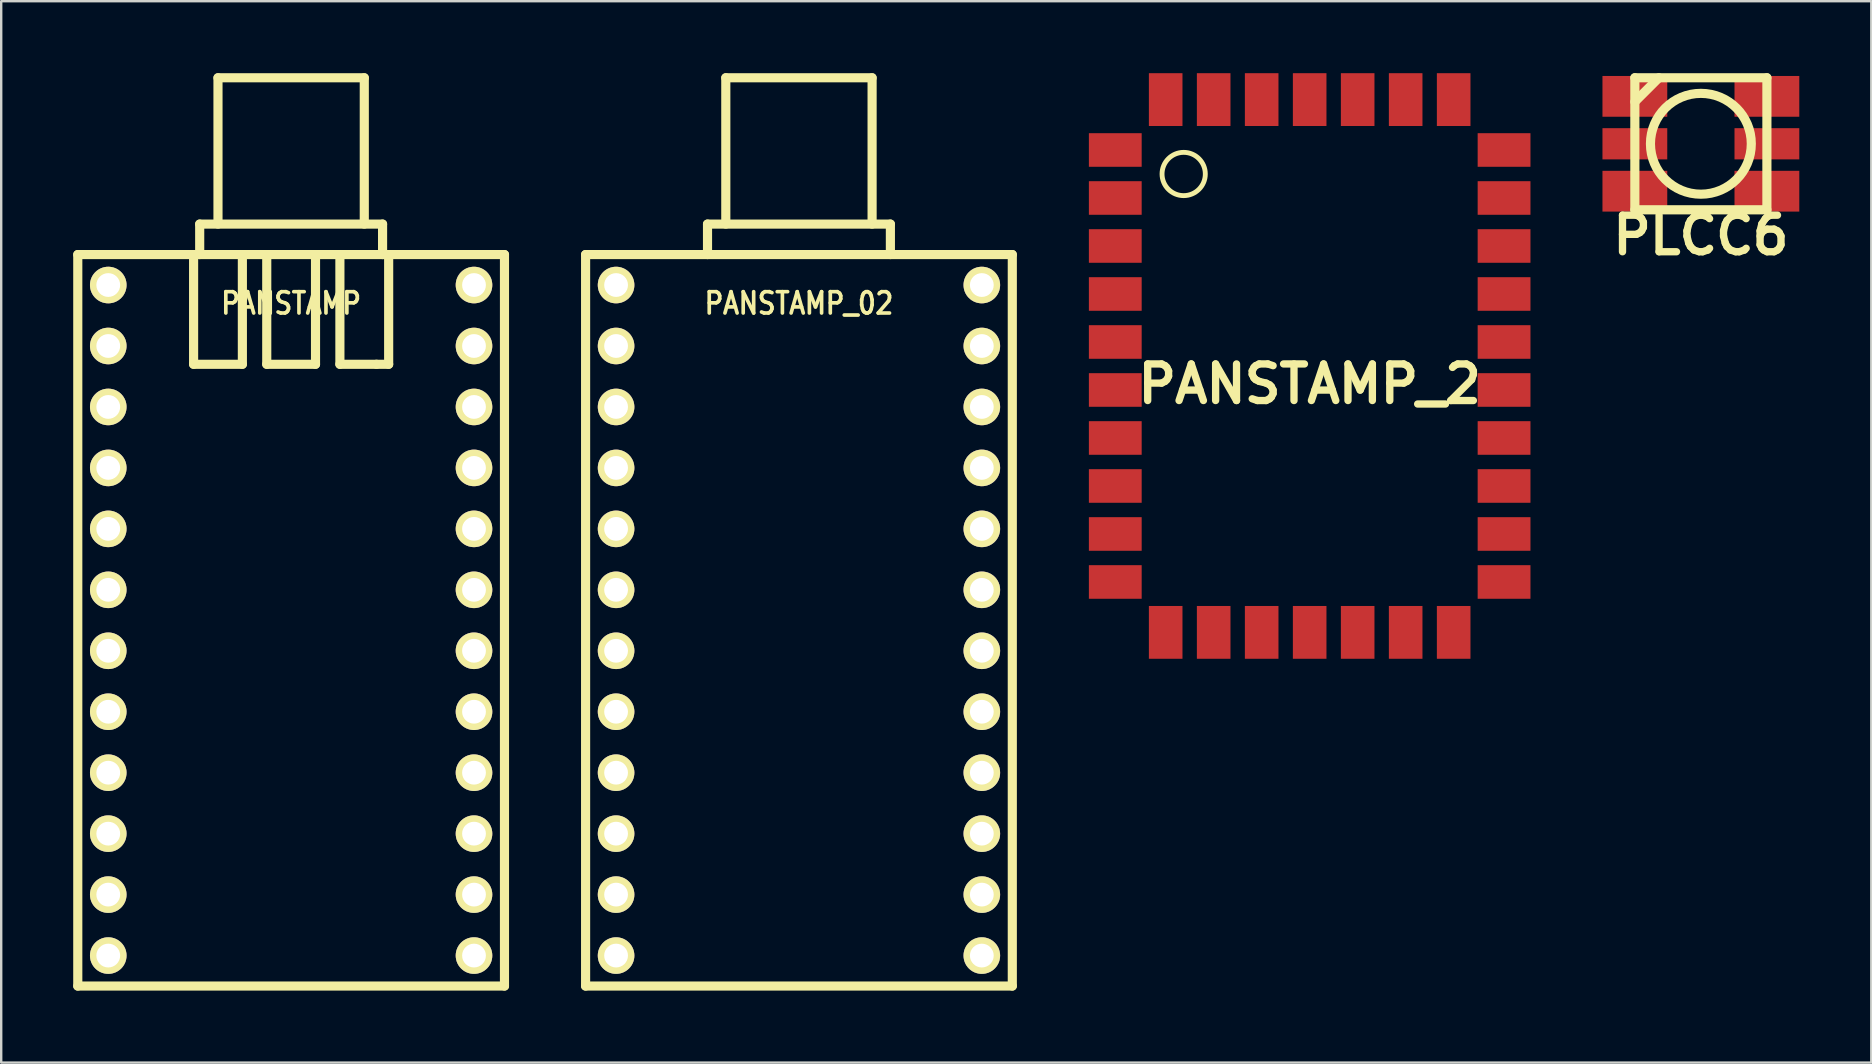
<source format=kicad_pcb>
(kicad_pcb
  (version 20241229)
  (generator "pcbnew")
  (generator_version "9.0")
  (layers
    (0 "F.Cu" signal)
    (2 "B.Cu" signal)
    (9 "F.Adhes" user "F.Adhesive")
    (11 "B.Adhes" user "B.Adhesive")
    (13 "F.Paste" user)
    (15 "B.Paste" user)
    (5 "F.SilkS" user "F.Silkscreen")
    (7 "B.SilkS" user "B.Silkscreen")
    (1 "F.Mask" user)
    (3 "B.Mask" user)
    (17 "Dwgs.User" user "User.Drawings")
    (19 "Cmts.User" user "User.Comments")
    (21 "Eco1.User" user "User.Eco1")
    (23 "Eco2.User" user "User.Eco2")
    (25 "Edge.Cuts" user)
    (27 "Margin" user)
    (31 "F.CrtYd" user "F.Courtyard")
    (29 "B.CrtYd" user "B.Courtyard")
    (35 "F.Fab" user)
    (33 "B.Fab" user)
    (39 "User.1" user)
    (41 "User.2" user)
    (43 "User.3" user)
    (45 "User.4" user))
  (footprint "PANSTAMP"
    (layer "F.Cu")
    (at 9.081 22.797)
    (property "Reference" "PANSTAMP" (at 0 -13.208 0) (layer "F.SilkS") (effects (font (size 0.889 0.762) (thickness 0.152))))
    (attr through_hole)
    (fp_line (start -8.89 -15.24) (end -8.89 15.24) (stroke (width 0.381) (type solid)) (layer "F.SilkS"))
    (fp_line (start -8.89 15.24) (end 8.89 15.24) (stroke (width 0.381) (type solid)) (layer "F.SilkS"))
    (fp_line (start -4.064 -10.668) (end -4.064 -15.24) (stroke (width 0.381) (type solid)) (layer "F.SilkS"))
    (fp_line (start -3.81 -16.51) (end -3.81 -15.24) (stroke (width 0.381) (type solid)) (layer "F.SilkS"))
    (fp_line (start -3.048 -22.606) (end -3.048 -16.51) (stroke (width 0.381) (type solid)) (layer "F.SilkS"))
    (fp_line (start -2.032 -15.24) (end -2.032 -10.668) (stroke (width 0.381) (type solid)) (layer "F.SilkS"))
    (fp_line (start -2.032 -10.668) (end -4.064 -10.668) (stroke (width 0.381) (type solid)) (layer "F.SilkS"))
    (fp_line (start -1.016 -15.24) (end -1.016 -10.668) (stroke (width 0.381) (type solid)) (layer "F.SilkS"))
    (fp_line (start -1.016 -10.668) (end 1.016 -10.668) (stroke (width 0.381) (type solid)) (layer "F.SilkS"))
    (fp_line (start 1.016 -10.668) (end 1.016 -15.24) (stroke (width 0.381) (type solid)) (layer "F.SilkS"))
    (fp_line (start 2.032 -15.24) (end 2.032 -10.668) (stroke (width 0.381) (type solid)) (layer "F.SilkS"))
    (fp_line (start 2.032 -10.668) (end 3.556 -10.668) (stroke (width 0.381) (type solid)) (layer "F.SilkS"))
    (fp_line (start 3.048 -22.606) (end -3.048 -22.606) (stroke (width 0.381) (type solid)) (layer "F.SilkS"))
    (fp_line (start 3.048 -16.51) (end 3.048 -22.606) (stroke (width 0.381) (type solid)) (layer "F.SilkS"))
    (fp_line (start 3.556 -10.668) (end 4.064 -10.668) (stroke (width 0.381) (type solid)) (layer "F.SilkS"))
    (fp_line (start 3.81 -16.51) (end -3.81 -16.51) (stroke (width 0.381) (type solid)) (layer "F.SilkS"))
    (fp_line (start 3.81 -15.24) (end 3.81 -16.51) (stroke (width 0.381) (type solid)) (layer "F.SilkS"))
    (fp_line (start 4.064 -10.668) (end 4.064 -15.24) (stroke (width 0.381) (type solid)) (layer "F.SilkS"))
    (fp_line (start 8.89 -15.24) (end -8.89 -15.24) (stroke (width 0.381) (type solid)) (layer "F.SilkS"))
    (fp_line (start 8.89 15.24) (end 8.89 -15.24) (stroke (width 0.381) (type solid)) (layer "F.SilkS"))
    (pad "1" thru_hole circle (at -7.62 -13.97) (size 1.524 1.524) (drill 0.991) (layers "*.Cu" "*.Mask" "F.SilkS"))
    (pad "2" thru_hole circle (at -7.62 -11.43) (size 1.524 1.524) (drill 0.991) (layers "*.Cu" "*.Mask" "F.SilkS"))
    (pad "3" thru_hole circle (at -7.62 -8.89) (size 1.524 1.524) (drill 0.991) (layers "*.Cu" "*.Mask" "F.SilkS"))
    (pad "4" thru_hole circle (at -7.62 -6.35) (size 1.524 1.524) (drill 0.991) (layers "*.Cu" "*.Mask" "F.SilkS"))
    (pad "5" thru_hole circle (at -7.62 -3.81) (size 1.524 1.524) (drill 0.991) (layers "*.Cu" "*.Mask" "F.SilkS"))
    (pad "6" thru_hole circle (at -7.62 -1.27) (size 1.524 1.524) (drill 0.991) (layers "*.Cu" "*.Mask" "F.SilkS"))
    (pad "7" thru_hole circle (at -7.62 1.27) (size 1.524 1.524) (drill 0.991) (layers "*.Cu" "*.Mask" "F.SilkS"))
    (pad "8" thru_hole circle (at -7.62 3.81) (size 1.524 1.524) (drill 0.991) (layers "*.Cu" "*.Mask" "F.SilkS"))
    (pad "9" thru_hole circle (at -7.62 6.35) (size 1.524 1.524) (drill 0.991) (layers "*.Cu" "*.Mask" "F.SilkS"))
    (pad "10" thru_hole circle (at -7.62 8.89) (size 1.524 1.524) (drill 0.991) (layers "*.Cu" "*.Mask" "F.SilkS"))
    (pad "11" thru_hole circle (at -7.62 11.43) (size 1.524 1.524) (drill 0.991) (layers "*.Cu" "*.Mask" "F.SilkS"))
    (pad "12" thru_hole circle (at -7.62 13.97) (size 1.524 1.524) (drill 0.991) (layers "*.Cu" "*.Mask" "F.SilkS"))
    (pad "13" thru_hole circle (at 7.62 13.97) (size 1.524 1.524) (drill 0.991) (layers "*.Cu" "*.Mask" "F.SilkS"))
    (pad "14" thru_hole circle (at 7.62 11.43) (size 1.524 1.524) (drill 0.991) (layers "*.Cu" "*.Mask" "F.SilkS"))
    (pad "15" thru_hole circle (at 7.62 8.89) (size 1.524 1.524) (drill 0.991) (layers "*.Cu" "*.Mask" "F.SilkS"))
    (pad "16" thru_hole circle (at 7.62 6.35) (size 1.524 1.524) (drill 0.991) (layers "*.Cu" "*.Mask" "F.SilkS"))
    (pad "17" thru_hole circle (at 7.62 3.81) (size 1.524 1.524) (drill 0.991) (layers "*.Cu" "*.Mask" "F.SilkS"))
    (pad "18" thru_hole circle (at 7.62 1.27) (size 1.524 1.524) (drill 0.991) (layers "*.Cu" "*.Mask" "F.SilkS"))
    (pad "19" thru_hole circle (at 7.62 -1.27) (size 1.524 1.524) (drill 0.991) (layers "*.Cu" "*.Mask" "F.SilkS"))
    (pad "20" thru_hole circle (at 7.62 -3.81) (size 1.524 1.524) (drill 0.991) (layers "*.Cu" "*.Mask" "F.SilkS"))
    (pad "21" thru_hole circle (at 7.62 -6.35) (size 1.524 1.524) (drill 0.991) (layers "*.Cu" "*.Mask" "F.SilkS"))
    (pad "22" thru_hole circle (at 7.62 -8.89) (size 1.524 1.524) (drill 0.991) (layers "*.Cu" "*.Mask" "F.SilkS"))
    (pad "23" thru_hole circle (at 7.62 -11.43) (size 1.524 1.524) (drill 0.991) (layers "*.Cu" "*.Mask" "F.SilkS"))
    (pad "24" thru_hole circle (at 7.62 -13.97) (size 1.524 1.524) (drill 0.991) (layers "*.Cu" "*.Mask" "F.SilkS")))
  (footprint "PLCC6"
    (layer "F.Cu")
    (at 67.823 2.941)
    (property "Reference" "PLCC6" (at 0 3.81 0) (layer "F.SilkS") (effects (font (size 1.524 1.524) (thickness 0.305))))
    (attr through_hole)
    (fp_line (start -2.751 -2.751) (end 2.751 -2.751) (stroke (width 0.381) (type solid)) (layer "F.SilkS"))
    (fp_line (start -2.751 -1.75) (end -1.75 -2.751) (stroke (width 0.381) (type solid)) (layer "F.SilkS"))
    (fp_line (start -2.751 2.751) (end -2.751 -2.751) (stroke (width 0.381) (type solid)) (layer "F.SilkS"))
    (fp_line (start 2.751 -2.751) (end 2.751 2.751) (stroke (width 0.381) (type solid)) (layer "F.SilkS"))
    (fp_line (start 2.751 2.751) (end -2.751 2.751) (stroke (width 0.381) (type solid)) (layer "F.SilkS"))
    (fp_circle (center 0 0) (end 2.101 0) (stroke (width 0.381) (type solid)) (fill no) (layer "F.SilkS"))
    (pad "1" smd rect (at -2.751 -1.976) (size 2.7 1.699) (layers "F.Cu" "F.Mask" "F.Paste"))
    (pad "2" smd rect (at -2.751 0) (size 2.7 1.3) (layers "F.Cu" "F.Mask" "F.Paste"))
    (pad "3" smd rect (at -2.751 1.976) (size 2.7 1.699) (layers "F.Cu" "F.Mask" "F.Paste"))
    (pad "4" smd rect (at 2.751 1.976) (size 2.7 1.699) (layers "F.Cu" "F.Mask" "F.Paste"))
    (pad "5" smd rect (at 2.751 0) (size 2.7 1.3) (layers "F.Cu" "F.Mask" "F.Paste"))
    (pad "6" smd rect (at 2.751 -1.976) (size 2.7 1.699) (layers "F.Cu" "F.Mask" "F.Paste")))
  (footprint "PANSTAMP_2"
    (layer "F.Cu")
    (at 51.522 12.2)
    (property "Reference" "PANSTAMP_2" (at 0 0.75 0) (layer "F.SilkS") (effects (font (size 1.524 1.524) (thickness 0.305))))
    (attr through_hole)
    (fp_circle (center -5.25 -8) (end -5.75 -8.75) (stroke (width 0.203) (type solid)) (fill no) (layer "F.SilkS"))
    (pad "1" smd rect (at -8.1 -9) (size 2.2 1.4) (layers "F.Cu" "F.Mask" "F.Paste"))
    (pad "2" smd rect (at -8.1 -7) (size 2.2 1.4) (layers "F.Cu" "F.Mask" "F.Paste"))
    (pad "3" smd rect (at -8.1 -5) (size 2.2 1.4) (layers "F.Cu" "F.Mask" "F.Paste"))
    (pad "4" smd rect (at -8.1 -3) (size 2.2 1.4) (layers "F.Cu" "F.Mask" "F.Paste"))
    (pad "5" smd rect (at -8.1 -1) (size 2.2 1.4) (layers "F.Cu" "F.Mask" "F.Paste"))
    (pad "6" smd rect (at -8.1 1) (size 2.2 1.4) (layers "F.Cu" "F.Mask" "F.Paste"))
    (pad "7" smd rect (at -8.1 3) (size 2.2 1.4) (layers "F.Cu" "F.Mask" "F.Paste"))
    (pad "8" smd rect (at -8.1 5) (size 2.2 1.4) (layers "F.Cu" "F.Mask" "F.Paste"))
    (pad "9" smd rect (at -8.1 7) (size 2.2 1.4) (layers "F.Cu" "F.Mask" "F.Paste"))
    (pad "10" smd rect (at -8.1 9) (size 2.2 1.4) (layers "F.Cu" "F.Mask" "F.Paste"))
    (pad "11" smd rect (at -6 11.1 90) (size 2.2 1.4) (layers "F.Cu" "F.Mask" "F.Paste"))
    (pad "12" smd rect (at -4 11.1 90) (size 2.2 1.4) (layers "F.Cu" "F.Mask" "F.Paste"))
    (pad "13" smd rect (at -2 11.1 90) (size 2.2 1.4) (layers "F.Cu" "F.Mask" "F.Paste"))
    (pad "14" smd rect (at 0 11.1 90) (size 2.2 1.4) (layers "F.Cu" "F.Mask" "F.Paste"))
    (pad "15" smd rect (at 2 11.1 90) (size 2.2 1.4) (layers "F.Cu" "F.Mask" "F.Paste"))
    (pad "16" smd rect (at 4 11.1 90) (size 2.2 1.4) (layers "F.Cu" "F.Mask" "F.Paste"))
    (pad "17" smd rect (at 6 11.1 90) (size 2.2 1.4) (layers "F.Cu" "F.Mask" "F.Paste"))
    (pad "18" smd rect (at 8.1 9) (size 2.2 1.4) (layers "F.Cu" "F.Mask" "F.Paste"))
    (pad "19" smd rect (at 8.1 7) (size 2.2 1.4) (layers "F.Cu" "F.Mask" "F.Paste"))
    (pad "20" smd rect (at 8.1 5) (size 2.2 1.4) (layers "F.Cu" "F.Mask" "F.Paste"))
    (pad "21" smd rect (at 8.1 3) (size 2.2 1.4) (layers "F.Cu" "F.Mask" "F.Paste"))
    (pad "22" smd rect (at 8.1 1) (size 2.2 1.4) (layers "F.Cu" "F.Mask" "F.Paste"))
    (pad "23" smd rect (at 8.1 -1) (size 2.2 1.4) (layers "F.Cu" "F.Mask" "F.Paste"))
    (pad "24" smd rect (at 8.1 -3) (size 2.2 1.4) (layers "F.Cu" "F.Mask" "F.Paste"))
    (pad "25" smd rect (at 8.1 -5) (size 2.2 1.4) (layers "F.Cu" "F.Mask" "F.Paste"))
    (pad "26" smd rect (at 8.1 -7) (size 2.2 1.4) (layers "F.Cu" "F.Mask" "F.Paste"))
    (pad "27" smd rect (at 8.1 -9) (size 2.2 1.4) (layers "F.Cu" "F.Mask" "F.Paste"))
    (pad "28" smd rect (at 6 -11.1 90) (size 2.2 1.4) (layers "F.Cu" "F.Mask" "F.Paste"))
    (pad "29" smd rect (at 4 -11.1 90) (size 2.2 1.4) (layers "F.Cu" "F.Mask" "F.Paste"))
    (pad "30" smd rect (at 2 -11.1 90) (size 2.2 1.4) (layers "F.Cu" "F.Mask" "F.Paste"))
    (pad "31" smd rect (at 0 -11.1 90) (size 2.2 1.4) (layers "F.Cu" "F.Mask" "F.Paste"))
    (pad "32" smd rect (at -2 -11.1 90) (size 2.2 1.4) (layers "F.Cu" "F.Mask" "F.Paste"))
    (pad "33" smd rect (at -4 -11.1 90) (size 2.2 1.4) (layers "F.Cu" "F.Mask" "F.Paste"))
    (pad "34" smd rect (at -6 -11.1 90) (size 2.2 1.4) (layers "F.Cu" "F.Mask" "F.Paste")))
  (footprint "PANSTAMP_02"
    (layer "F.Cu")
    (at 30.241 22.797)
    (property "Reference" "PANSTAMP_02" (at 0 -13.208 0) (layer "F.SilkS") (effects (font (size 0.889 0.762) (thickness 0.152))))
    (attr through_hole)
    (fp_line (start -8.89 -15.24) (end -8.89 15.24) (stroke (width 0.381) (type solid)) (layer "F.SilkS"))
    (fp_line (start -8.89 15.24) (end 8.89 15.24) (stroke (width 0.381) (type solid)) (layer "F.SilkS"))
    (fp_line (start -3.81 -16.51) (end -3.81 -15.24) (stroke (width 0.381) (type solid)) (layer "F.SilkS"))
    (fp_line (start -3.048 -22.606) (end -3.048 -16.51) (stroke (width 0.381) (type solid)) (layer "F.SilkS"))
    (fp_line (start 3.048 -22.606) (end -3.048 -22.606) (stroke (width 0.381) (type solid)) (layer "F.SilkS"))
    (fp_line (start 3.048 -16.51) (end 3.048 -22.606) (stroke (width 0.381) (type solid)) (layer "F.SilkS"))
    (fp_line (start 3.81 -16.51) (end -3.81 -16.51) (stroke (width 0.381) (type solid)) (layer "F.SilkS"))
    (fp_line (start 3.81 -15.24) (end 3.81 -16.51) (stroke (width 0.381) (type solid)) (layer "F.SilkS"))
    (fp_line (start 8.89 -15.24) (end -8.89 -15.24) (stroke (width 0.381) (type solid)) (layer "F.SilkS"))
    (fp_line (start 8.89 15.24) (end 8.89 -15.24) (stroke (width 0.381) (type solid)) (layer "F.SilkS"))
    (pad "1" thru_hole circle (at -7.62 -13.97) (size 1.524 1.524) (drill 0.991) (layers "*.Cu" "*.Mask" "F.SilkS"))
    (pad "2" thru_hole circle (at -7.62 -11.43) (size 1.524 1.524) (drill 0.991) (layers "*.Cu" "*.Mask" "F.SilkS"))
    (pad "3" thru_hole circle (at -7.62 -8.89) (size 1.524 1.524) (drill 0.991) (layers "*.Cu" "*.Mask" "F.SilkS"))
    (pad "4" thru_hole circle (at -7.62 -6.35) (size 1.524 1.524) (drill 0.991) (layers "*.Cu" "*.Mask" "F.SilkS"))
    (pad "5" thru_hole circle (at -7.62 -3.81) (size 1.524 1.524) (drill 0.991) (layers "*.Cu" "*.Mask" "F.SilkS"))
    (pad "6" thru_hole circle (at -7.62 -1.27) (size 1.524 1.524) (drill 0.991) (layers "*.Cu" "*.Mask" "F.SilkS"))
    (pad "7" thru_hole circle (at -7.62 1.27) (size 1.524 1.524) (drill 0.991) (layers "*.Cu" "*.Mask" "F.SilkS"))
    (pad "8" thru_hole circle (at -7.62 3.81) (size 1.524 1.524) (drill 0.991) (layers "*.Cu" "*.Mask" "F.SilkS"))
    (pad "9" thru_hole circle (at -7.62 6.35) (size 1.524 1.524) (drill 0.991) (layers "*.Cu" "*.Mask" "F.SilkS"))
    (pad "10" thru_hole circle (at -7.62 8.89) (size 1.524 1.524) (drill 0.991) (layers "*.Cu" "*.Mask" "F.SilkS"))
    (pad "11" thru_hole circle (at -7.62 11.43) (size 1.524 1.524) (drill 0.991) (layers "*.Cu" "*.Mask" "F.SilkS"))
    (pad "12" thru_hole circle (at -7.62 13.97) (size 1.524 1.524) (drill 0.991) (layers "*.Cu" "*.Mask" "F.SilkS"))
    (pad "13" thru_hole circle (at 7.62 13.97) (size 1.524 1.524) (drill 0.991) (layers "*.Cu" "*.Mask" "F.SilkS"))
    (pad "14" thru_hole circle (at 7.62 11.43) (size 1.524 1.524) (drill 0.991) (layers "*.Cu" "*.Mask" "F.SilkS"))
    (pad "15" thru_hole circle (at 7.62 8.89) (size 1.524 1.524) (drill 0.991) (layers "*.Cu" "*.Mask" "F.SilkS"))
    (pad "16" thru_hole circle (at 7.62 6.35) (size 1.524 1.524) (drill 0.991) (layers "*.Cu" "*.Mask" "F.SilkS"))
    (pad "17" thru_hole circle (at 7.62 3.81) (size 1.524 1.524) (drill 0.991) (layers "*.Cu" "*.Mask" "F.SilkS"))
    (pad "18" thru_hole circle (at 7.62 1.27) (size 1.524 1.524) (drill 0.991) (layers "*.Cu" "*.Mask" "F.SilkS"))
    (pad "19" thru_hole circle (at 7.62 -1.27) (size 1.524 1.524) (drill 0.991) (layers "*.Cu" "*.Mask" "F.SilkS"))
    (pad "20" thru_hole circle (at 7.62 -3.81) (size 1.524 1.524) (drill 0.991) (layers "*.Cu" "*.Mask" "F.SilkS"))
    (pad "21" thru_hole circle (at 7.62 -6.35) (size 1.524 1.524) (drill 0.991) (layers "*.Cu" "*.Mask" "F.SilkS"))
    (pad "22" thru_hole circle (at 7.62 -8.89) (size 1.524 1.524) (drill 0.991) (layers "*.Cu" "*.Mask" "F.SilkS"))
    (pad "23" thru_hole circle (at 7.62 -11.43) (size 1.524 1.524) (drill 0.991) (layers "*.Cu" "*.Mask" "F.SilkS"))
    (pad "24" thru_hole circle (at 7.62 -13.97) (size 1.524 1.524) (drill 0.991) (layers "*.Cu" "*.Mask" "F.SilkS")))
  (gr_rect
    (start -3 -3)
    (end 74.924 41.227)
    (stroke (width 0.1) (type default))
    (fill no)
    (layer "Edge.Cuts")))
</source>
